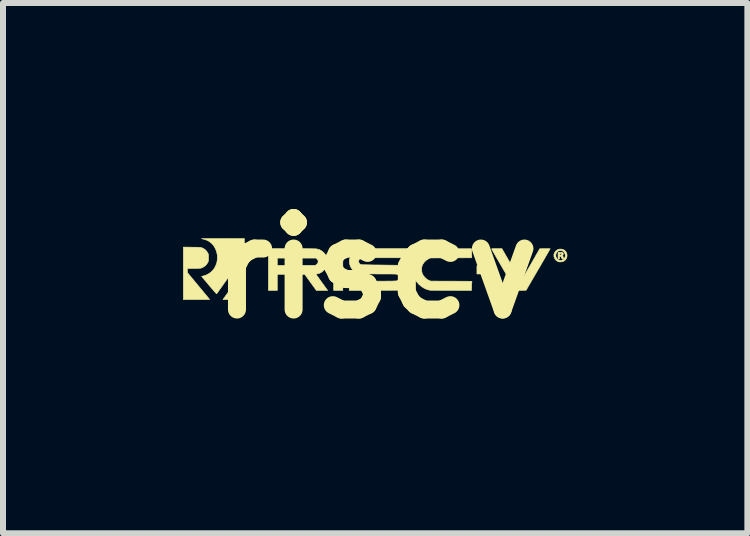
<source format=kicad_pcb>
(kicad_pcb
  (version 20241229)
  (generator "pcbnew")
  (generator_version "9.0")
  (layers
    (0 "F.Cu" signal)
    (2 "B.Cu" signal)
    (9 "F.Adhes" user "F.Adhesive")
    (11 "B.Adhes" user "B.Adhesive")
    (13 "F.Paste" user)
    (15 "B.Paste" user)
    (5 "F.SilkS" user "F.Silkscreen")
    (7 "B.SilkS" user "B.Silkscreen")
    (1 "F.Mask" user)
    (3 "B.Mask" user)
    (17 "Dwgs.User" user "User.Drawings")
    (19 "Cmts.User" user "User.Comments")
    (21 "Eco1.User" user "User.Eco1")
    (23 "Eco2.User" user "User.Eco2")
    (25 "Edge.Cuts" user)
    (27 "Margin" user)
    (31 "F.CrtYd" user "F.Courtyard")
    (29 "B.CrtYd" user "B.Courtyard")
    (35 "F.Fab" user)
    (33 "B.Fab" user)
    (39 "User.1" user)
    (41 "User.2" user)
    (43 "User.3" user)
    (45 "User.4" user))
  (footprint "riscv"
    (layer "F.Cu")
    (at 3.221 1.418)
    (property "Reference" "riscv" (at 0 0 0) (layer "F.SilkS") (effects (font (size 1.524 1.524) (thickness 0.3))))
    (attr through_hole)
    (fp_poly (pts (xy 1.966 0.097) (xy 1.676 0.097) (xy 1.676 -0.041) (xy 1.966 -0.041) (xy 1.966 0.097)) (stroke (width 0.01) (type solid)) (fill yes) (layer "F.SilkS"))
    (fp_poly (pts (xy -0.559 0.371) (xy -0.711 0.371) (xy -0.71 0.024) (xy -0.709 -0.323) (xy -0.559 -0.325) (xy -0.559 0.371)) (stroke (width 0.01) (type solid)) (fill yes) (layer "F.SilkS"))
    (fp_poly (pts (xy -2.195 0.523) (xy -2.556 0.523) (xy -2.539 0.499) (xy -2.532 0.49) (xy -2.521 0.474) (xy -2.505 0.452) (xy -2.484 0.423) (xy -2.46 0.39) (xy -2.434 0.353) (xy -2.405 0.313) (xy -2.374 0.27) (xy -2.358 0.247) (xy -2.195 0.019) (xy -2.195 0.523)) (stroke (width 0.01) (type solid)) (fill yes) (layer "F.SilkS"))
    (fp_poly (pts (xy 3.085 -0.263) (xy 3.101 -0.26) (xy 3.11 -0.253) (xy 3.114 -0.242) (xy 3.114 -0.236) (xy 3.112 -0.222) (xy 3.107 -0.215) (xy 3.102 -0.212) (xy 3.104 -0.206) (xy 3.106 -0.201) (xy 3.112 -0.189) (xy 3.116 -0.173) (xy 3.117 -0.171) (xy 3.118 -0.159) (xy 3.116 -0.154) (xy 3.109 -0.152) (xy 3.107 -0.152) (xy 3.095 -0.155) (xy 3.089 -0.166) (xy 3.089 -0.166) (xy 3.081 -0.183) (xy 3.075 -0.193) (xy 3.066 -0.197) (xy 3.064 -0.197) (xy 3.057 -0.197) (xy 3.054 -0.193) (xy 3.053 -0.181) (xy 3.053 -0.176) (xy 3.053 -0.161) (xy 3.05 -0.155) (xy 3.044 -0.153) (xy 3.04 -0.152) (xy 3.028 -0.152) (xy 3.028 -0.231) (xy 3.053 -0.231) (xy 3.055 -0.221) (xy 3.063 -0.218) (xy 3.065 -0.218) (xy 3.077 -0.221) (xy 3.082 -0.224) (xy 3.086 -0.233) (xy 3.082 -0.24) (xy 3.07 -0.244) (xy 3.068 -0.244) (xy 3.057 -0.242) (xy 3.053 -0.236) (xy 3.053 -0.231) (xy 3.028 -0.231) (xy 3.028 -0.264) (xy 3.061 -0.264) (xy 3.085 -0.263)) (stroke (width 0.01) (type solid)) (fill yes) (layer "F.SilkS"))
    (fp_poly (pts (xy -2.2 -0.224) (xy -2.429 0.1) (xy -2.465 0.151) (xy -2.499 0.2) (xy -2.532 0.246) (xy -2.562 0.288) (xy -2.588 0.325) (xy -2.612 0.358) (xy -2.631 0.385) (xy -2.646 0.406) (xy -2.656 0.42) (xy -2.661 0.427) (xy -2.661 0.427) (xy -2.665 0.424) (xy -2.675 0.415) (xy -2.689 0.399) (xy -2.708 0.378) (xy -2.73 0.352) (xy -2.755 0.324) (xy -2.771 0.304) (xy -2.798 0.272) (xy -2.823 0.242) (xy -2.846 0.215) (xy -2.866 0.192) (xy -2.881 0.173) (xy -2.892 0.161) (xy -2.895 0.158) (xy -2.911 0.138) (xy -2.889 0.132) (xy -2.834 0.114) (xy -2.784 0.088) (xy -2.742 0.054) (xy -2.707 0.014) (xy -2.68 -0.033) (xy -2.66 -0.086) (xy -2.654 -0.112) (xy -2.648 -0.164) (xy -2.65 -0.217) (xy -2.661 -0.269) (xy -2.679 -0.318) (xy -2.703 -0.363) (xy -2.734 -0.402) (xy -2.771 -0.434) (xy -2.796 -0.451) (xy -2.819 -0.463) (xy -2.845 -0.473) (xy -2.877 -0.483) (xy -2.878 -0.483) (xy -2.913 -0.492) (xy -2.557 -0.492) (xy -2.2 -0.493) (xy -2.2 -0.224)) (stroke (width 0.01) (type solid)) (fill yes) (layer "F.SilkS"))
    (fp_poly (pts (xy 3.11 -0.31) (xy 3.128 -0.302) (xy 3.151 -0.283) (xy 3.167 -0.259) (xy 3.176 -0.231) (xy 3.177 -0.202) (xy 3.172 -0.174) (xy 3.158 -0.148) (xy 3.138 -0.127) (xy 3.127 -0.119) (xy 3.103 -0.109) (xy 3.076 -0.104) (xy 3.05 -0.104) (xy 3.036 -0.107) (xy 3.008 -0.12) (xy 2.985 -0.141) (xy 2.969 -0.166) (xy 2.959 -0.194) (xy 2.959 -0.212) (xy 2.989 -0.212) (xy 2.993 -0.187) (xy 3.004 -0.163) (xy 3.023 -0.145) (xy 3.034 -0.138) (xy 3.056 -0.129) (xy 3.074 -0.128) (xy 3.095 -0.134) (xy 3.104 -0.138) (xy 3.124 -0.153) (xy 3.139 -0.174) (xy 3.148 -0.198) (xy 3.149 -0.211) (xy 3.145 -0.233) (xy 3.134 -0.256) (xy 3.119 -0.275) (xy 3.113 -0.28) (xy 3.092 -0.29) (xy 3.067 -0.293) (xy 3.042 -0.289) (xy 3.023 -0.28) (xy 3.004 -0.261) (xy 2.993 -0.237) (xy 2.989 -0.212) (xy 2.959 -0.212) (xy 2.958 -0.223) (xy 2.961 -0.236) (xy 2.974 -0.266) (xy 2.994 -0.29) (xy 3.019 -0.307) (xy 3.048 -0.317) (xy 3.079 -0.318) (xy 3.11 -0.31)) (stroke (width 0.01) (type solid)) (fill yes) (layer "F.SilkS"))
    (fp_poly (pts (xy -3.072 -0.349) (xy -3.03 -0.349) (xy -2.996 -0.348) (xy -2.97 -0.347) (xy -2.95 -0.346) (xy -2.935 -0.345) (xy -2.923 -0.343) (xy -2.914 -0.341) (xy -2.905 -0.338) (xy -2.9 -0.336) (xy -2.864 -0.317) (xy -2.834 -0.29) (xy -2.812 -0.258) (xy -2.805 -0.246) (xy -2.801 -0.234) (xy -2.798 -0.222) (xy -2.797 -0.206) (xy -2.797 -0.183) (xy -2.797 -0.175) (xy -2.797 -0.149) (xy -2.798 -0.131) (xy -2.8 -0.117) (xy -2.804 -0.104) (xy -2.809 -0.094) (xy -2.829 -0.063) (xy -2.857 -0.035) (xy -2.889 -0.014) (xy -2.895 -0.011) (xy -2.904 -0.007) (xy -2.913 -0.003) (xy -2.923 -0.001) (xy -2.935 0.001) (xy -2.951 0.002) (xy -2.973 0.003) (xy -3.002 0.004) (xy -3.037 0.004) (xy -3.15 0.006) (xy -3.149 0.074) (xy -2.964 0.297) (xy -2.93 0.338) (xy -2.898 0.376) (xy -2.869 0.412) (xy -2.842 0.444) (xy -2.82 0.471) (xy -2.802 0.493) (xy -2.788 0.509) (xy -2.781 0.519) (xy -2.779 0.522) (xy -2.784 0.522) (xy -2.798 0.522) (xy -2.82 0.523) (xy -2.849 0.523) (xy -2.884 0.523) (xy -2.924 0.523) (xy -2.968 0.523) (xy -2.997 0.523) (xy -3.216 0.523) (xy -3.216 -0.351) (xy -3.072 -0.349)) (stroke (width 0.01) (type solid)) (fill yes) (layer "F.SilkS"))
    (fp_poly (pts (xy -1.411 -0.325) (xy -1.344 -0.325) (xy -1.281 -0.325) (xy -1.223 -0.325) (xy -1.169 -0.324) (xy -1.121 -0.324) (xy -1.079 -0.323) (xy -1.045 -0.322) (xy -1.019 -0.322) (xy -1.001 -0.321) (xy -0.994 -0.32) (xy -0.951 -0.309) (xy -0.913 -0.289) (xy -0.88 -0.262) (xy -0.852 -0.23) (xy -0.832 -0.193) (xy -0.819 -0.153) (xy -0.814 -0.111) (xy -0.818 -0.073) (xy -0.831 -0.033) (xy -0.851 0.003) (xy -0.877 0.036) (xy -0.907 0.063) (xy -0.941 0.083) (xy -0.977 0.094) (xy -0.983 0.095) (xy -0.996 0.097) (xy -1.005 0.1) (xy -1.006 0.101) (xy -1.004 0.104) (xy -0.999 0.111) (xy -0.991 0.123) (xy -0.979 0.14) (xy -0.962 0.163) (xy -0.942 0.192) (xy -0.916 0.228) (xy -0.885 0.27) (xy -0.849 0.321) (xy -0.822 0.357) (xy -0.812 0.371) (xy -1 0.371) (xy -1.097 0.236) (xy -1.194 0.102) (xy -1.651 0.102) (xy -1.651 0.371) (xy -1.798 0.371) (xy -1.798 -0.168) (xy -1.651 -0.168) (xy -1.651 -0.046) (xy -1.018 -0.046) (xy -1 -0.057) (xy -0.982 -0.074) (xy -0.972 -0.095) (xy -0.97 -0.114) (xy -0.972 -0.128) (xy -0.979 -0.141) (xy -0.988 -0.15) (xy -1.005 -0.168) (xy -1.651 -0.168) (xy -1.798 -0.168) (xy -1.798 -0.325) (xy -1.411 -0.325)) (stroke (width 0.01) (type solid)) (fill yes) (layer "F.SilkS"))
    (fp_poly (pts (xy 1.59 -0.173) (xy 0.902 -0.17) (xy 0.869 -0.155) (xy 0.831 -0.131) (xy 0.799 -0.101) (xy 0.774 -0.064) (xy 0.77 -0.056) (xy 0.762 -0.037) (xy 0.758 -0.022) (xy 0.755 -0.004) (xy 0.755 0.018) (xy 0.755 0.02) (xy 0.757 0.059) (xy 0.765 0.091) (xy 0.78 0.119) (xy 0.802 0.147) (xy 0.812 0.158) (xy 0.836 0.18) (xy 0.858 0.195) (xy 0.876 0.204) (xy 0.907 0.216) (xy 1.249 0.217) (xy 1.592 0.219) (xy 1.588 0.273) (xy 1.587 0.298) (xy 1.586 0.322) (xy 1.585 0.341) (xy 1.585 0.349) (xy 1.585 0.371) (xy 1.243 0.37) (xy 1.185 0.37) (xy 1.129 0.37) (xy 1.078 0.37) (xy 1.03 0.369) (xy 0.988 0.369) (xy 0.952 0.369) (xy 0.924 0.368) (xy 0.903 0.368) (xy 0.891 0.368) (xy 0.889 0.367) (xy 0.842 0.355) (xy 0.795 0.334) (xy 0.751 0.305) (xy 0.71 0.271) (xy 0.674 0.231) (xy 0.646 0.189) (xy 0.642 0.181) (xy 0.627 0.144) (xy 0.617 0.101) (xy 0.611 0.054) (xy 0.609 0.007) (xy 0.613 -0.038) (xy 0.617 -0.06) (xy 0.634 -0.109) (xy 0.659 -0.156) (xy 0.692 -0.2) (xy 0.731 -0.239) (xy 0.775 -0.272) (xy 0.822 -0.298) (xy 0.872 -0.315) (xy 0.874 -0.316) (xy 0.882 -0.317) (xy 0.893 -0.318) (xy 0.909 -0.319) (xy 0.93 -0.32) (xy 0.957 -0.321) (xy 0.99 -0.322) (xy 1.03 -0.322) (xy 1.078 -0.322) (xy 1.134 -0.322) (xy 1.199 -0.323) (xy 1.245 -0.323) (xy 1.587 -0.323) (xy 1.59 -0.173)) (stroke (width 0.01) (type solid)) (fill yes) (layer "F.SilkS"))
    (fp_poly (pts (xy 2.248 -0.053) (xy 2.276 -0.005) (xy 2.302 0.04) (xy 2.326 0.082) (xy 2.348 0.12) (xy 2.367 0.152) (xy 2.383 0.179) (xy 2.396 0.2) (xy 2.404 0.213) (xy 2.407 0.218) (xy 2.408 0.218) (xy 2.411 0.214) (xy 2.418 0.202) (xy 2.43 0.182) (xy 2.446 0.156) (xy 2.464 0.124) (xy 2.486 0.087) (xy 2.51 0.046) (xy 2.536 0.001) (xy 2.564 -0.047) (xy 2.567 -0.052) (xy 2.722 -0.323) (xy 2.809 -0.324) (xy 2.837 -0.324) (xy 2.862 -0.324) (xy 2.881 -0.324) (xy 2.892 -0.324) (xy 2.896 -0.323) (xy 2.893 -0.318) (xy 2.886 -0.306) (xy 2.874 -0.285) (xy 2.859 -0.258) (xy 2.84 -0.225) (xy 2.818 -0.187) (xy 2.793 -0.143) (xy 2.765 -0.096) (xy 2.736 -0.045) (xy 2.705 0.008) (xy 2.695 0.024) (xy 2.495 0.368) (xy 2.409 0.37) (xy 2.377 0.37) (xy 2.354 0.37) (xy 2.338 0.37) (xy 2.328 0.369) (xy 2.322 0.367) (xy 2.318 0.364) (xy 2.315 0.36) (xy 2.315 0.36) (xy 2.308 0.349) (xy 2.298 0.332) (xy 2.284 0.307) (xy 2.266 0.278) (xy 2.245 0.243) (xy 2.223 0.204) (xy 2.198 0.161) (xy 2.172 0.116) (xy 2.145 0.07) (xy 2.117 0.022) (xy 2.09 -0.025) (xy 2.063 -0.072) (xy 2.037 -0.116) (xy 2.012 -0.159) (xy 1.989 -0.198) (xy 1.969 -0.234) (xy 1.952 -0.264) (xy 1.938 -0.288) (xy 1.927 -0.307) (xy 1.922 -0.317) (xy 1.92 -0.32) (xy 1.925 -0.322) (xy 1.94 -0.324) (xy 1.963 -0.325) (xy 1.994 -0.325) (xy 2.006 -0.325) (xy 2.092 -0.325) (xy 2.248 -0.053)) (stroke (width 0.01) (type solid)) (fill yes) (layer "F.SilkS"))
    (fp_poly (pts (xy 0.533 -0.173) (xy -0.252 -0.173) (xy -0.27 -0.161) (xy -0.285 -0.145) (xy -0.294 -0.126) (xy -0.295 -0.106) (xy -0.289 -0.087) (xy -0.277 -0.071) (xy -0.26 -0.06) (xy -0.252 -0.058) (xy -0.244 -0.058) (xy -0.227 -0.057) (xy -0.202 -0.056) (xy -0.169 -0.056) (xy -0.13 -0.055) (xy -0.085 -0.054) (xy -0.036 -0.053) (xy 0.016 -0.053) (xy 0.069 -0.052) (xy 0.373 -0.048) (xy 0.408 -0.032) (xy 0.446 -0.008) (xy 0.48 0.023) (xy 0.506 0.059) (xy 0.515 0.075) (xy 0.522 0.091) (xy 0.527 0.105) (xy 0.529 0.119) (xy 0.531 0.136) (xy 0.531 0.16) (xy 0.531 0.163) (xy 0.53 0.188) (xy 0.529 0.206) (xy 0.527 0.22) (xy 0.522 0.233) (xy 0.516 0.246) (xy 0.498 0.275) (xy 0.473 0.304) (xy 0.445 0.33) (xy 0.415 0.35) (xy 0.409 0.353) (xy 0.378 0.368) (xy -0.452 0.371) (xy -0.452 0.219) (xy -0.056 0.217) (xy 0.016 0.217) (xy 0.08 0.217) (xy 0.134 0.217) (xy 0.181 0.216) (xy 0.22 0.216) (xy 0.252 0.216) (xy 0.278 0.215) (xy 0.299 0.214) (xy 0.315 0.214) (xy 0.327 0.213) (xy 0.336 0.212) (xy 0.343 0.211) (xy 0.347 0.209) (xy 0.351 0.208) (xy 0.353 0.206) (xy 0.354 0.205) (xy 0.369 0.188) (xy 0.378 0.168) (xy 0.379 0.146) (xy 0.372 0.126) (xy 0.359 0.11) (xy 0.354 0.106) (xy 0.35 0.104) (xy 0.346 0.103) (xy 0.34 0.101) (xy 0.332 0.1) (xy 0.32 0.099) (xy 0.305 0.098) (xy 0.285 0.098) (xy 0.259 0.097) (xy 0.227 0.097) (xy 0.188 0.097) (xy 0.141 0.097) (xy 0.085 0.097) (xy 0.043 0.097) (xy -0.029 0.096) (xy -0.093 0.096) (xy -0.148 0.096) (xy -0.194 0.095) (xy -0.231 0.094) (xy -0.259 0.093) (xy -0.277 0.092) (xy -0.282 0.091) (xy -0.324 0.078) (xy -0.361 0.058) (xy -0.393 0.03) (xy -0.419 -0.003) (xy -0.437 -0.041) (xy -0.448 -0.082) (xy -0.45 -0.125) (xy -0.447 -0.145) (xy -0.437 -0.185) (xy -0.419 -0.22) (xy -0.393 -0.253) (xy -0.386 -0.26) (xy -0.35 -0.29) (xy -0.311 -0.31) (xy -0.271 -0.32) (xy -0.261 -0.321) (xy -0.241 -0.322) (xy -0.213 -0.323) (xy -0.177 -0.323) (xy -0.134 -0.324) (xy -0.084 -0.324) (xy -0.029 -0.325) (xy 0.03 -0.325) (xy 0.094 -0.325) (xy 0.146 -0.325) (xy 0.533 -0.325) (xy 0.533 -0.173)) (stroke (width 0.01) (type solid)) (fill yes) (layer "F.SilkS")))
  (gr_rect
    (start -3 -3)
    (end 9.403 5.836)
    (stroke (width 0.1) (type default))
    (fill no)
    (layer "Edge.Cuts")))
</source>
